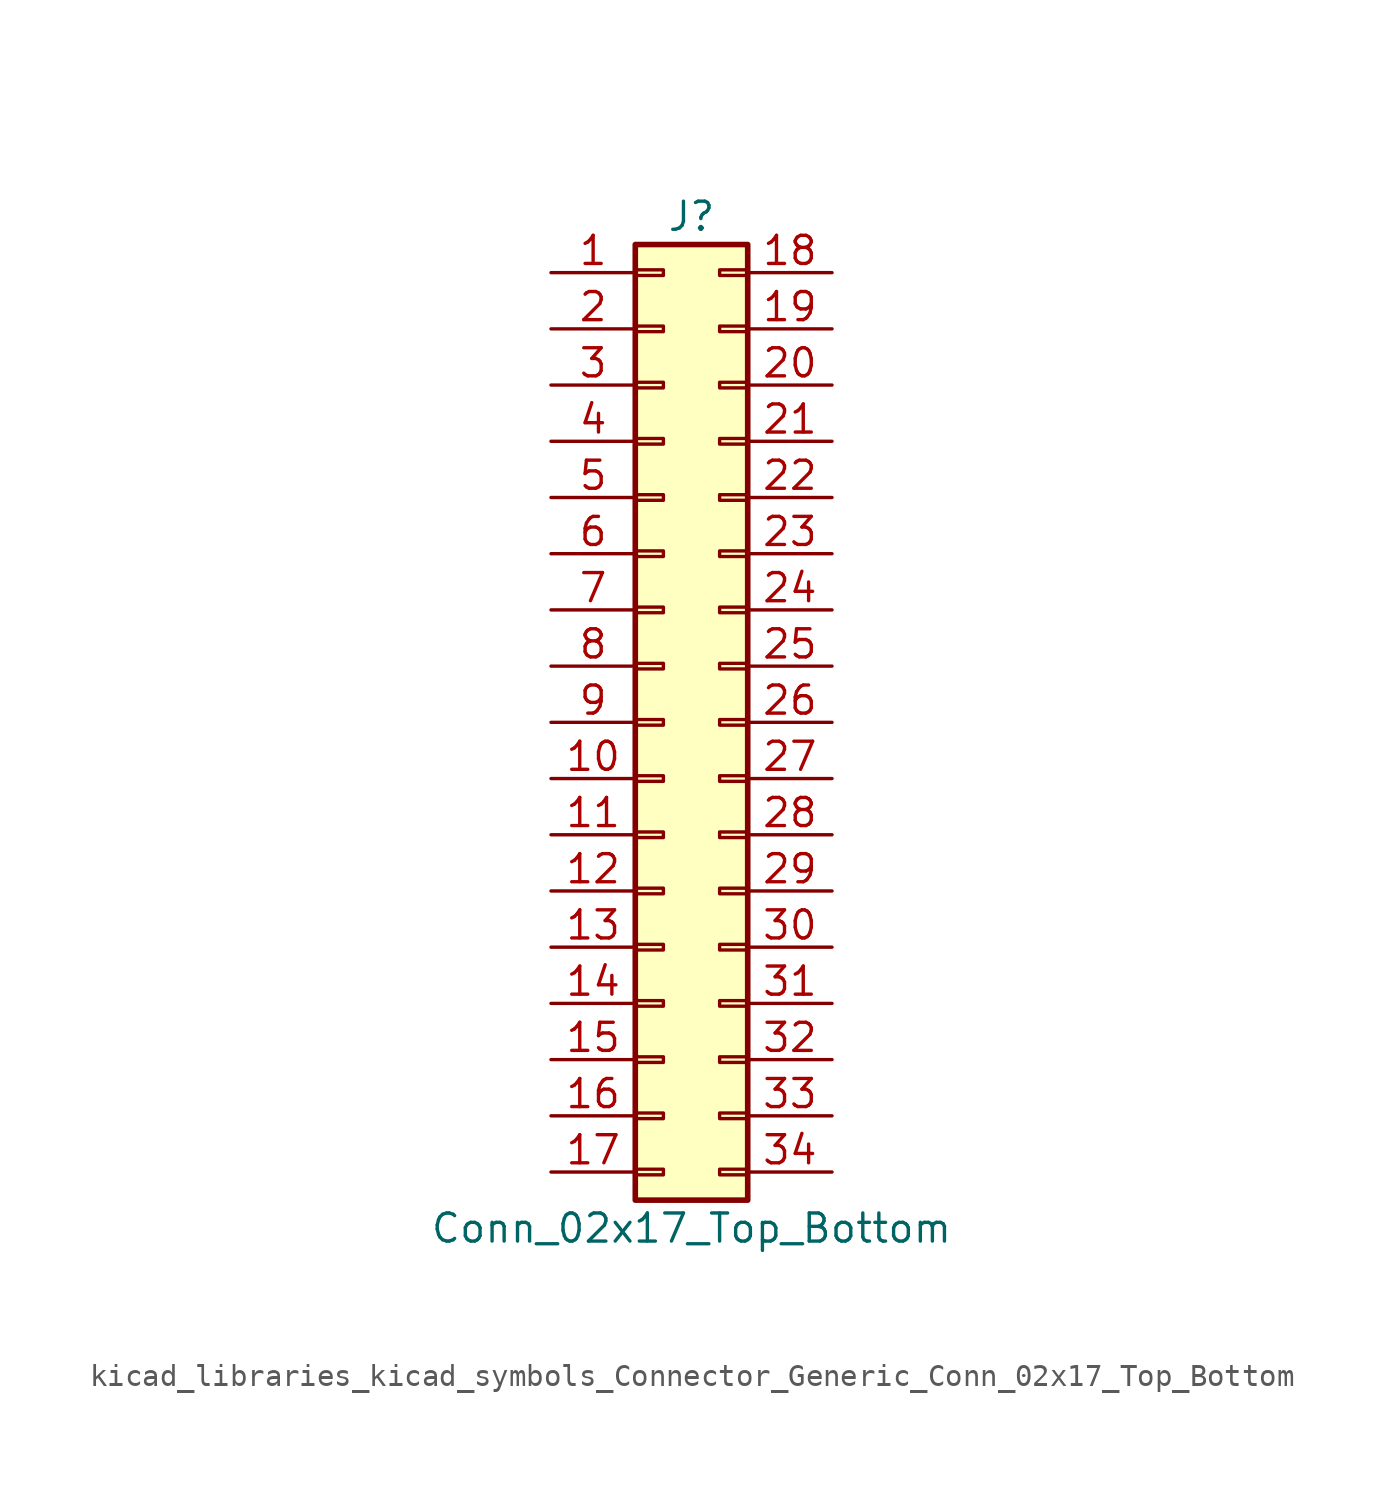
<source format=kicad_sym>
(kicad_symbol_lib
  (version 20220914)
  (generator kicad_symbol_editor)
  (symbol "kicad_libraries_kicad_symbols_Connector_Generic_Conn_02x17_Top_Bottom"
    (pin_names
      (offset 1.016) hide)
    (property "Reference" "J"
      (at 1.27 22.86 0)
      (effects (font (size 1.27 1.27))))
    (property "Value" "Conn_02x17_Top_Bottom"
      (at 1.27 -22.86 0)
      (effects (font (size 1.27 1.27))))
    (symbol "kicad_libraries_kicad_symbols_Connector_Generic_Conn_02x17_Top_Bottom_1_1"
      (rectangle (start -1.27 -20.193) (end 0 -20.447) (stroke (width 0.152) (type default)) (fill (type none)))
      (rectangle (start -1.27 -17.653) (end 0 -17.907) (stroke (width 0.152) (type default)) (fill (type none)))
      (rectangle (start -1.27 -15.113) (end 0 -15.367) (stroke (width 0.152) (type default)) (fill (type none)))
      (rectangle (start -1.27 -12.573) (end 0 -12.827) (stroke (width 0.152) (type default)) (fill (type none)))
      (rectangle (start -1.27 -10.033) (end 0 -10.287) (stroke (width 0.152) (type default)) (fill (type none)))
      (rectangle (start -1.27 -7.493) (end 0 -7.747) (stroke (width 0.152) (type default)) (fill (type none)))
      (rectangle (start -1.27 -4.953) (end 0 -5.207) (stroke (width 0.152) (type default)) (fill (type none)))
      (rectangle (start -1.27 -2.413) (end 0 -2.667) (stroke (width 0.152) (type default)) (fill (type none)))
      (rectangle (start -1.27 0.127) (end 0 -0.127) (stroke (width 0.152) (type default)) (fill (type none)))
      (rectangle (start -1.27 2.667) (end 0 2.413) (stroke (width 0.152) (type default)) (fill (type none)))
      (rectangle (start -1.27 5.207) (end 0 4.953) (stroke (width 0.152) (type default)) (fill (type none)))
      (rectangle (start -1.27 7.747) (end 0 7.493) (stroke (width 0.152) (type default)) (fill (type none)))
      (rectangle (start -1.27 10.287) (end 0 10.033) (stroke (width 0.152) (type default)) (fill (type none)))
      (rectangle (start -1.27 12.827) (end 0 12.573) (stroke (width 0.152) (type default)) (fill (type none)))
      (rectangle (start -1.27 15.367) (end 0 15.113) (stroke (width 0.152) (type default)) (fill (type none)))
      (rectangle (start -1.27 17.907) (end 0 17.653) (stroke (width 0.152) (type default)) (fill (type none)))
      (rectangle (start -1.27 20.447) (end 0 20.193) (stroke (width 0.152) (type default)) (fill (type none)))
      (rectangle (start -1.27 21.59) (end 3.81 -21.59) (stroke (width 0.254) (type default)) (fill (type background)))
      (rectangle (start 3.81 -20.193) (end 2.54 -20.447) (stroke (width 0.152) (type default)) (fill (type none)))
      (rectangle (start 3.81 -17.653) (end 2.54 -17.907) (stroke (width 0.152) (type default)) (fill (type none)))
      (rectangle (start 3.81 -15.113) (end 2.54 -15.367) (stroke (width 0.152) (type default)) (fill (type none)))
      (rectangle (start 3.81 -12.573) (end 2.54 -12.827) (stroke (width 0.152) (type default)) (fill (type none)))
      (rectangle (start 3.81 -10.033) (end 2.54 -10.287) (stroke (width 0.152) (type default)) (fill (type none)))
      (rectangle (start 3.81 -7.493) (end 2.54 -7.747) (stroke (width 0.152) (type default)) (fill (type none)))
      (rectangle (start 3.81 -4.953) (end 2.54 -5.207) (stroke (width 0.152) (type default)) (fill (type none)))
      (rectangle (start 3.81 -2.413) (end 2.54 -2.667) (stroke (width 0.152) (type default)) (fill (type none)))
      (rectangle (start 3.81 0.127) (end 2.54 -0.127) (stroke (width 0.152) (type default)) (fill (type none)))
      (rectangle (start 3.81 2.667) (end 2.54 2.413) (stroke (width 0.152) (type default)) (fill (type none)))
      (rectangle (start 3.81 5.207) (end 2.54 4.953) (stroke (width 0.152) (type default)) (fill (type none)))
      (rectangle (start 3.81 7.747) (end 2.54 7.493) (stroke (width 0.152) (type default)) (fill (type none)))
      (rectangle (start 3.81 10.287) (end 2.54 10.033) (stroke (width 0.152) (type default)) (fill (type none)))
      (rectangle (start 3.81 12.827) (end 2.54 12.573) (stroke (width 0.152) (type default)) (fill (type none)))
      (rectangle (start 3.81 15.367) (end 2.54 15.113) (stroke (width 0.152) (type default)) (fill (type none)))
      (rectangle (start 3.81 17.907) (end 2.54 17.653) (stroke (width 0.152) (type default)) (fill (type none)))
      (rectangle (start 3.81 20.447) (end 2.54 20.193) (stroke (width 0.152) (type default)) (fill (type none)))
      (pin passive line (at -5.08 20.32 0) (length 3.81) (name "Pin_1" (effects (font (size 1.27 1.27)))) (number "1" (effects (font (size 1.27 1.27)))))
      (pin passive line (at -5.08 -2.54 0) (length 3.81) (name "Pin_10" (effects (font (size 1.27 1.27)))) (number "10" (effects (font (size 1.27 1.27)))))
      (pin passive line (at -5.08 -5.08 0) (length 3.81) (name "Pin_11" (effects (font (size 1.27 1.27)))) (number "11" (effects (font (size 1.27 1.27)))))
      (pin passive line (at -5.08 -7.62 0) (length 3.81) (name "Pin_12" (effects (font (size 1.27 1.27)))) (number "12" (effects (font (size 1.27 1.27)))))
      (pin passive line (at -5.08 -10.16 0) (length 3.81) (name "Pin_13" (effects (font (size 1.27 1.27)))) (number "13" (effects (font (size 1.27 1.27)))))
      (pin passive line (at -5.08 -12.7 0) (length 3.81) (name "Pin_14" (effects (font (size 1.27 1.27)))) (number "14" (effects (font (size 1.27 1.27)))))
      (pin passive line (at -5.08 -15.24 0) (length 3.81) (name "Pin_15" (effects (font (size 1.27 1.27)))) (number "15" (effects (font (size 1.27 1.27)))))
      (pin passive line (at -5.08 -17.78 0) (length 3.81) (name "Pin_16" (effects (font (size 1.27 1.27)))) (number "16" (effects (font (size 1.27 1.27)))))
      (pin passive line (at -5.08 -20.32 0) (length 3.81) (name "Pin_17" (effects (font (size 1.27 1.27)))) (number "17" (effects (font (size 1.27 1.27)))))
      (pin passive line (at 7.62 20.32 180) (length 3.81) (name "Pin_18" (effects (font (size 1.27 1.27)))) (number "18" (effects (font (size 1.27 1.27)))))
      (pin passive line (at 7.62 17.78 180) (length 3.81) (name "Pin_19" (effects (font (size 1.27 1.27)))) (number "19" (effects (font (size 1.27 1.27)))))
      (pin passive line (at -5.08 17.78 0) (length 3.81) (name "Pin_2" (effects (font (size 1.27 1.27)))) (number "2" (effects (font (size 1.27 1.27)))))
      (pin passive line (at 7.62 15.24 180) (length 3.81) (name "Pin_20" (effects (font (size 1.27 1.27)))) (number "20" (effects (font (size 1.27 1.27)))))
      (pin passive line (at 7.62 12.7 180) (length 3.81) (name "Pin_21" (effects (font (size 1.27 1.27)))) (number "21" (effects (font (size 1.27 1.27)))))
      (pin passive line (at 7.62 10.16 180) (length 3.81) (name "Pin_22" (effects (font (size 1.27 1.27)))) (number "22" (effects (font (size 1.27 1.27)))))
      (pin passive line (at 7.62 7.62 180) (length 3.81) (name "Pin_23" (effects (font (size 1.27 1.27)))) (number "23" (effects (font (size 1.27 1.27)))))
      (pin passive line (at 7.62 5.08 180) (length 3.81) (name "Pin_24" (effects (font (size 1.27 1.27)))) (number "24" (effects (font (size 1.27 1.27)))))
      (pin passive line (at 7.62 2.54 180) (length 3.81) (name "Pin_25" (effects (font (size 1.27 1.27)))) (number "25" (effects (font (size 1.27 1.27)))))
      (pin passive line (at 7.62 0 180) (length 3.81) (name "Pin_26" (effects (font (size 1.27 1.27)))) (number "26" (effects (font (size 1.27 1.27)))))
      (pin passive line (at 7.62 -2.54 180) (length 3.81) (name "Pin_27" (effects (font (size 1.27 1.27)))) (number "27" (effects (font (size 1.27 1.27)))))
      (pin passive line (at 7.62 -5.08 180) (length 3.81) (name "Pin_28" (effects (font (size 1.27 1.27)))) (number "28" (effects (font (size 1.27 1.27)))))
      (pin passive line (at 7.62 -7.62 180) (length 3.81) (name "Pin_29" (effects (font (size 1.27 1.27)))) (number "29" (effects (font (size 1.27 1.27)))))
      (pin passive line (at -5.08 15.24 0) (length 3.81) (name "Pin_3" (effects (font (size 1.27 1.27)))) (number "3" (effects (font (size 1.27 1.27)))))
      (pin passive line (at 7.62 -10.16 180) (length 3.81) (name "Pin_30" (effects (font (size 1.27 1.27)))) (number "30" (effects (font (size 1.27 1.27)))))
      (pin passive line (at 7.62 -12.7 180) (length 3.81) (name "Pin_31" (effects (font (size 1.27 1.27)))) (number "31" (effects (font (size 1.27 1.27)))))
      (pin passive line (at 7.62 -15.24 180) (length 3.81) (name "Pin_32" (effects (font (size 1.27 1.27)))) (number "32" (effects (font (size 1.27 1.27)))))
      (pin passive line (at 7.62 -17.78 180) (length 3.81) (name "Pin_33" (effects (font (size 1.27 1.27)))) (number "33" (effects (font (size 1.27 1.27)))))
      (pin passive line (at 7.62 -20.32 180) (length 3.81) (name "Pin_34" (effects (font (size 1.27 1.27)))) (number "34" (effects (font (size 1.27 1.27)))))
      (pin passive line (at -5.08 12.7 0) (length 3.81) (name "Pin_4" (effects (font (size 1.27 1.27)))) (number "4" (effects (font (size 1.27 1.27)))))
      (pin passive line (at -5.08 10.16 0) (length 3.81) (name "Pin_5" (effects (font (size 1.27 1.27)))) (number "5" (effects (font (size 1.27 1.27)))))
      (pin passive line (at -5.08 7.62 0) (length 3.81) (name "Pin_6" (effects (font (size 1.27 1.27)))) (number "6" (effects (font (size 1.27 1.27)))))
      (pin passive line (at -5.08 5.08 0) (length 3.81) (name "Pin_7" (effects (font (size 1.27 1.27)))) (number "7" (effects (font (size 1.27 1.27)))))
      (pin passive line (at -5.08 2.54 0) (length 3.81) (name "Pin_8" (effects (font (size 1.27 1.27)))) (number "8" (effects (font (size 1.27 1.27)))))
      (pin passive line (at -5.08 0 0) (length 3.81) (name "Pin_9" (effects (font (size 1.27 1.27)))) (number "9" (effects (font (size 1.27 1.27))))))))
</source>
